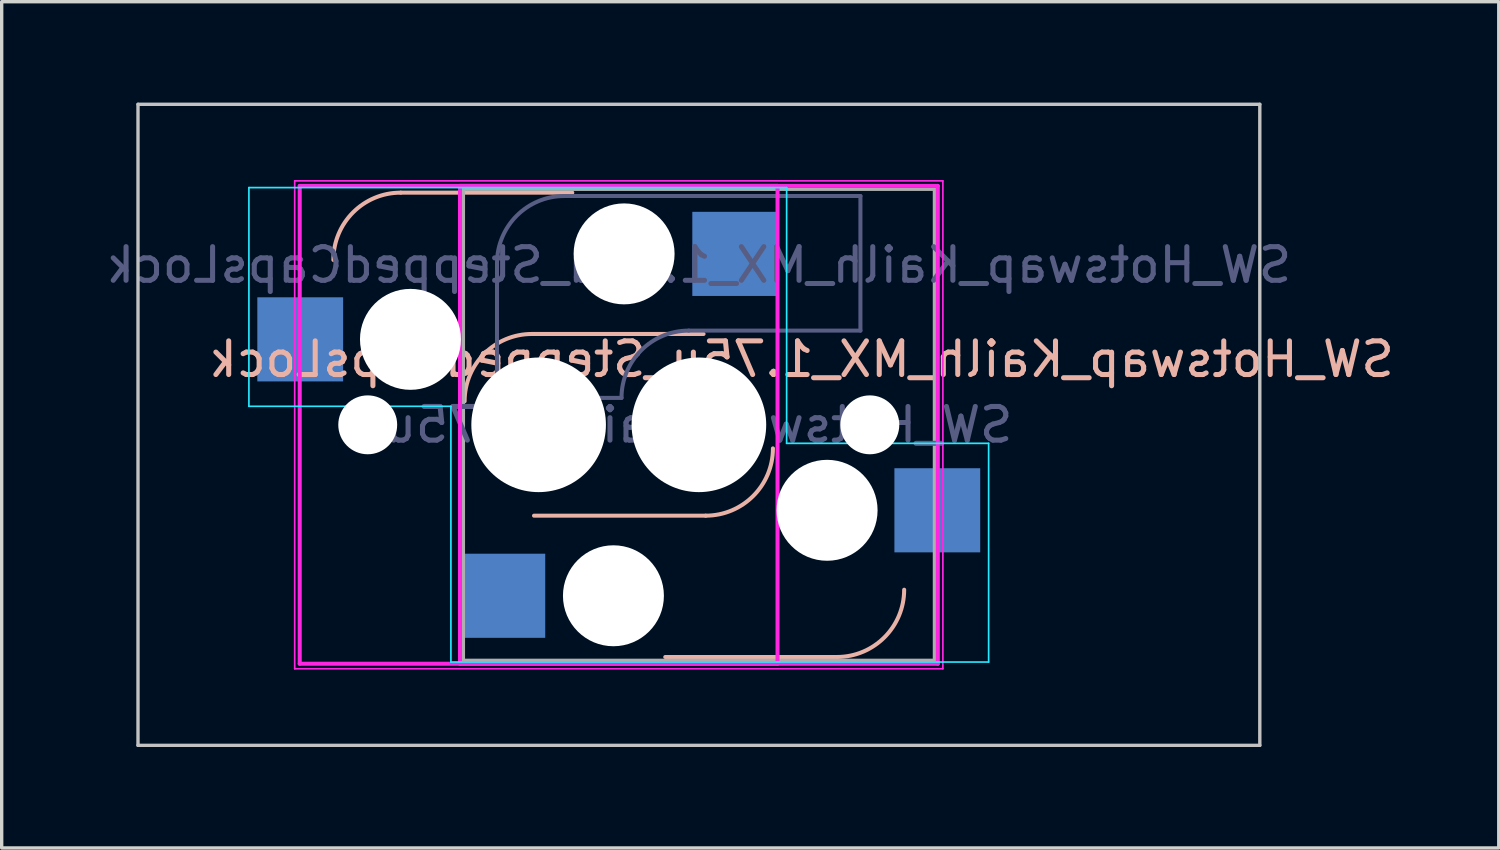
<source format=kicad_pcb>
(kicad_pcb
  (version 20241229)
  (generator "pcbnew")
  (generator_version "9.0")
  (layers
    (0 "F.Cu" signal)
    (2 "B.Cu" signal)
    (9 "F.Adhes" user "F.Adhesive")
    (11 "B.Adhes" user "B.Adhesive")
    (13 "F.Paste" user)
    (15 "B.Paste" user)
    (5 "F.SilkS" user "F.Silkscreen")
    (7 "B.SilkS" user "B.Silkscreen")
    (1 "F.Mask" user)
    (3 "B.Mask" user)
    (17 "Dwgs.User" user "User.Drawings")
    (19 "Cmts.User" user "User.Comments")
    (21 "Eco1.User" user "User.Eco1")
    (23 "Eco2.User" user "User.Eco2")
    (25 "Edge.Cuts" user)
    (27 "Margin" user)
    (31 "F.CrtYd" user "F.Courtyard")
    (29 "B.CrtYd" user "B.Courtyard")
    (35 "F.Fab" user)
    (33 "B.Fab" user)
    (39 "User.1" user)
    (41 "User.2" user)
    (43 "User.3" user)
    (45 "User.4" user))
  (footprint "SW_Hotswap_Kailh_MX_1.75u_SteppedCapsLock"
    (layer "F.Cu")
    (at 17.72 9.575)
    (property "Reference" "SW_Hotswap_Kailh_MX_1.75u_SteppedCapsLock" (at 3.05 -1.95 0) (layer "B.SilkS") (effects (font (size 1 1) (thickness 0.15)) (justify mirror)))
    (attr smd)
    (fp_line (start -8.863 -6.9) (end -3.763 -6.9) (stroke (width 0.12) (type solid)) (layer "B.SilkS"))
    (fp_line (start -4.963 -2.7) (end 0.138 -2.7) (stroke (width 0.12) (type solid)) (layer "B.SilkS"))
    (fp_line (start 0.2 2.7) (end -4.9 2.7) (stroke (width 0.12) (type solid)) (layer "B.SilkS"))
    (fp_line (start 4.1 6.9) (end -1 6.9) (stroke (width 0.12) (type solid)) (layer "B.SilkS"))
    (fp_arc (start -10.8625 -4.9) (mid -10.276714 -6.314214) (end -8.8625 -6.9) (stroke (width 0.12) (type solid)) (layer "B.SilkS"))
    (fp_arc (start -6.9625 -0.7) (mid -6.376714 -2.114214) (end -4.9625 -2.7) (stroke (width 0.12) (type solid)) (layer "B.SilkS"))
    (fp_arc (start 2.2 0.7) (mid 1.614214 2.114214) (end 0.2 2.7) (stroke (width 0.12) (type solid)) (layer "B.SilkS"))
    (fp_arc (start 6.1 4.9) (mid 5.514214 6.314214) (end 4.1 6.9) (stroke (width 0.12) (type solid)) (layer "B.SilkS"))
    (fp_line (start -16.669 -9.525) (end -16.669 9.525) (stroke (width 0.1) (type solid)) (layer "Dwgs.User"))
    (fp_line (start -16.669 9.525) (end 16.669 9.525) (stroke (width 0.1) (type solid)) (layer "Dwgs.User"))
    (fp_line (start 16.669 -9.525) (end -16.669 -9.525) (stroke (width 0.1) (type solid)) (layer "Dwgs.User"))
    (fp_line (start 16.669 9.525) (end 16.669 -9.525) (stroke (width 0.1) (type solid)) (layer "Dwgs.User"))
    (fp_line (start -13.373 -7.05) (end -13.373 -0.55) (stroke (width 0.05) (type solid)) (layer "B.CrtYd"))
    (fp_line (start -13.373 -0.55) (end -7.37 -0.55) (stroke (width 0.05) (type solid)) (layer "B.CrtYd"))
    (fp_line (start -7.37 -0.55) (end -7.37 7.05) (stroke (width 0.05) (type solid)) (layer "B.CrtYd"))
    (fp_line (start -7.37 7.05) (end 8.61 7.05) (stroke (width 0.05) (type solid)) (layer "B.CrtYd"))
    (fp_line (start 2.607 -7.05) (end -13.373 -7.05) (stroke (width 0.05) (type solid)) (layer "B.CrtYd"))
    (fp_line (start 2.607 0.55) (end 2.607 -7.05) (stroke (width 0.05) (type solid)) (layer "B.CrtYd"))
    (fp_line (start 8.61 0.55) (end 2.607 0.55) (stroke (width 0.05) (type solid)) (layer "B.CrtYd"))
    (fp_line (start 8.61 7.05) (end 8.61 0.55) (stroke (width 0.05) (type solid)) (layer "B.CrtYd"))
    (fp_line (start -12.012 -7.25) (end -12.012 7.25) (stroke (width 0.05) (type solid)) (layer "F.CrtYd"))
    (fp_line (start -12.012 7.25) (end 7.25 7.25) (stroke (width 0.05) (type solid)) (layer "F.CrtYd"))
    (fp_line (start -11.863 -7.1) (end -11.863 7.1) (stroke (width 0.12) (type solid)) (layer "F.CrtYd"))
    (fp_line (start -11.863 7.1) (end 2.337 7.1) (stroke (width 0.12) (type solid)) (layer "F.CrtYd"))
    (fp_line (start -7.1 -7.1) (end -7.1 7.1) (stroke (width 0.12) (type solid)) (layer "F.CrtYd"))
    (fp_line (start -7.1 7.1) (end 7.1 7.1) (stroke (width 0.12) (type solid)) (layer "F.CrtYd"))
    (fp_line (start 2.337 -7.1) (end -11.863 -7.1) (stroke (width 0.12) (type solid)) (layer "F.CrtYd"))
    (fp_line (start 2.337 7.1) (end 2.337 -7.1) (stroke (width 0.12) (type solid)) (layer "F.CrtYd"))
    (fp_line (start 7.1 -7.1) (end -7.1 -7.1) (stroke (width 0.12) (type solid)) (layer "F.CrtYd"))
    (fp_line (start 7.1 7.1) (end 7.1 -7.1) (stroke (width 0.12) (type solid)) (layer "F.CrtYd"))
    (fp_line (start 7.25 -7.25) (end -12.012 -7.25) (stroke (width 0.05) (type solid)) (layer "F.CrtYd"))
    (fp_line (start 7.25 7.25) (end 7.25 -7.25) (stroke (width 0.05) (type solid)) (layer "F.CrtYd"))
    (fp_line (start -6 -0.8) (end -6 -4.8) (stroke (width 0.12) (type solid)) (layer "B.Fab"))
    (fp_line (start -6 -0.8) (end -2.3 -0.8) (stroke (width 0.12) (type solid)) (layer "B.Fab"))
    (fp_line (start -4 -6.8) (end 4.8 -6.8) (stroke (width 0.12) (type solid)) (layer "B.Fab"))
    (fp_line (start -0.3 -2.8) (end 4.8 -2.8) (stroke (width 0.12) (type solid)) (layer "B.Fab"))
    (fp_line (start 4.8 -6.8) (end 4.8 -2.8) (stroke (width 0.12) (type solid)) (layer "B.Fab"))
    (fp_arc (start -6 -4.8) (mid -5.414214 -6.214214) (end -4 -6.8) (stroke (width 0.12) (type solid)) (layer "B.Fab"))
    (fp_arc (start -2.3 -0.8) (mid -1.714214 -2.214214) (end -0.3 -2.8) (stroke (width 0.12) (type solid)) (layer "B.Fab"))
    (fp_line (start -7 -7) (end -7 7) (stroke (width 0.1) (type solid)) (layer "F.Fab"))
    (fp_line (start -7 7) (end 7 7) (stroke (width 0.1) (type solid)) (layer "F.Fab"))
    (fp_line (start 7 -7) (end -7 -7) (stroke (width 0.1) (type solid)) (layer "F.Fab"))
    (fp_line (start 7 7) (end 7 -7) (stroke (width 0.1) (type solid)) (layer "F.Fab"))
    (fp_text user "${REFERENCE}" (at 0 -4.75 0) (layer "B.Fab") (effects (font (size 1 1) (thickness 0.15)) (justify mirror)))
    (fp_text user "SW_Hotswap_Kailh_1.75u" (at 0 0 0) (layer "B.Fab") (effects (font (size 1 1) (thickness 0.15)) (justify mirror)))
    (pad "" np_thru_hole circle (at -9.842 0) (size 1.75 1.75) (drill 1.75) (layers "*.Cu" "*.Mask"))
    (pad "" np_thru_hole circle (at -8.572 -2.54) (size 3 3) (drill 3) (layers "*.Cu" "*.Mask"))
    (pad "" np_thru_hole circle (at -4.763 0) (size 4 4) (drill 4) (layers "*.Cu" "*.Mask"))
    (pad "" np_thru_hole circle (at -2.54 5.08 180) (size 3 3) (drill 3) (layers "*.Cu" "*.Mask"))
    (pad "" np_thru_hole circle (at -2.223 -5.08) (size 3 3) (drill 3) (layers "*.Cu" "*.Mask"))
    (pad "" np_thru_hole circle (at 0 0 180) (size 4 4) (drill 4) (layers "*.Cu" "*.Mask"))
    (pad "" np_thru_hole circle (at 3.81 2.54 180) (size 3 3) (drill 3) (layers "*.Cu" "*.Mask"))
    (pad "" np_thru_hole circle (at 5.08 0 180) (size 1.75 1.75) (drill 1.75) (layers "*.Cu" "*.Mask"))
    (pad "1" smd rect (at -11.848 -2.54) (size 2.55 2.5) (layers "B.Cu" "B.Mask" "B.Paste"))
    (pad "1" smd rect (at -5.842 5.08 180) (size 2.55 2.5) (layers "B.Cu" "B.Mask" "B.Paste"))
    (pad "2" smd rect (at 1.079 -5.08) (size 2.55 2.5) (layers "B.Cu" "B.Mask" "B.Paste"))
    (pad "2" smd rect (at 7.085 2.54 180) (size 2.55 2.5) (layers "B.Cu" "B.Mask" "B.Paste")))
  (gr_rect
    (start -3 -3)
    (end 41.49 22.15)
    (stroke (width 0.1) (type default))
    (fill no)
    (layer "Edge.Cuts")))
</source>
